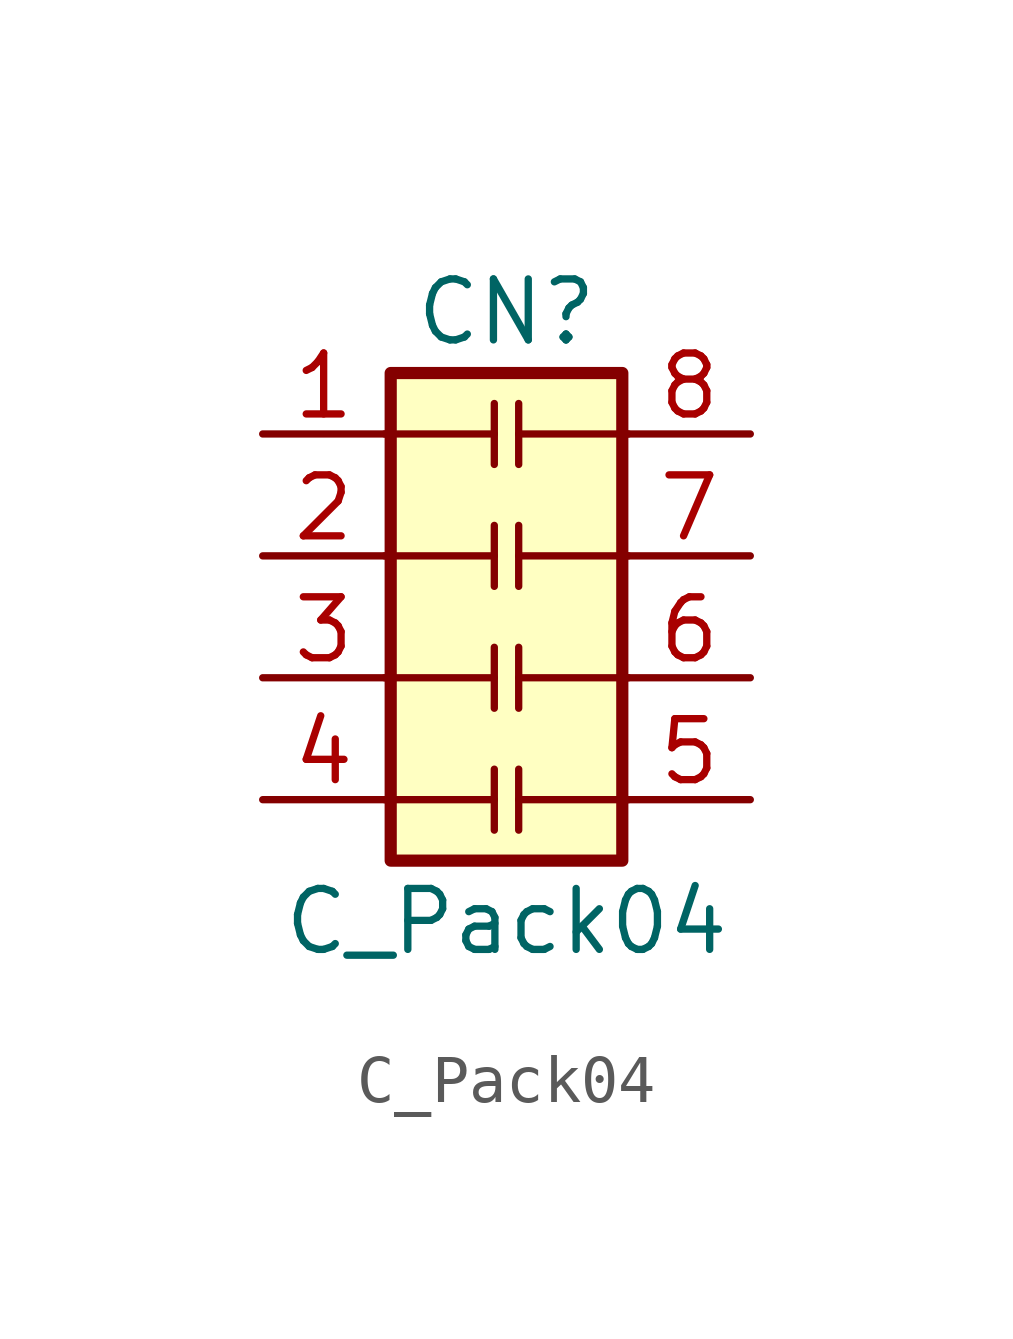
<source format=kicad_sym>
(kicad_symbol_lib
  (version 20220914)
  (generator kicad_symbol_editor)
  (symbol "C_Pack04"
    (pin_names
      (offset 0) hide)
    (property "Reference" "CN"
      (at 0 7.62 0)
      (effects (font (size 1.27 1.27))))
    (property "Value" "C_Pack04"
      (at 0 -5.08 0)
      (effects (font (size 1.27 1.27))))
    (symbol "C_Pack04_0_1"
      (polyline (pts (xy -2.54 -2.54) (xy -0.254 -2.54)) (stroke (width 0) (type default)) (fill (type none)))
      (polyline (pts (xy -2.54 0) (xy -0.254 0)) (stroke (width 0) (type default)) (fill (type none)))
      (polyline (pts (xy -2.54 2.54) (xy -0.254 2.54)) (stroke (width 0) (type default)) (fill (type none)))
      (polyline (pts (xy -2.54 5.08) (xy -0.254 5.08)) (stroke (width 0) (type default)) (fill (type none)))
      (polyline (pts (xy -0.254 -1.905) (xy -0.254 -3.175)) (stroke (width 0) (type default)) (fill (type none)))
      (polyline (pts (xy -0.254 0.635) (xy -0.254 -0.635)) (stroke (width 0) (type default)) (fill (type none)))
      (polyline (pts (xy -0.254 3.175) (xy -0.254 1.905)) (stroke (width 0) (type default)) (fill (type none)))
      (polyline (pts (xy -0.254 5.715) (xy -0.254 4.445)) (stroke (width 0) (type default)) (fill (type none)))
      (polyline (pts (xy 0.254 -2.54) (xy 2.54 -2.54)) (stroke (width 0) (type default)) (fill (type none)))
      (polyline (pts (xy 0.254 -1.905) (xy 0.254 -3.175)) (stroke (width 0) (type default)) (fill (type none)))
      (polyline (pts (xy 0.254 0) (xy 2.54 0)) (stroke (width 0) (type default)) (fill (type none)))
      (polyline (pts (xy 0.254 0.635) (xy 0.254 -0.635)) (stroke (width 0) (type default)) (fill (type none)))
      (polyline (pts (xy 0.254 2.54) (xy 2.54 2.54)) (stroke (width 0) (type default)) (fill (type none)))
      (polyline (pts (xy 0.254 3.175) (xy 0.254 1.905)) (stroke (width 0) (type default)) (fill (type none)))
      (polyline (pts (xy 0.254 5.08) (xy 2.54 5.08)) (stroke (width 0) (type default)) (fill (type none)))
      (polyline (pts (xy 0.254 5.715) (xy 0.254 4.445)) (stroke (width 0) (type default)) (fill (type none)))
      (rectangle (start 2.413 6.35) (end -2.413 -3.81) (stroke (width 0.254) (type default)) (fill (type background))))
    (symbol "C_Pack04_1_1"
      (pin passive line (at -5.08 5.08 0) (length 2.54) (name "R1.1" (effects (font (size 1.27 1.27)))) (number "1" (effects (font (size 1.27 1.27)))))
      (pin passive line (at -5.08 2.54 0) (length 2.54) (name "R2.1" (effects (font (size 1.27 1.27)))) (number "2" (effects (font (size 1.27 1.27)))))
      (pin passive line (at -5.08 0 0) (length 2.54) (name "R3.1" (effects (font (size 1.27 1.27)))) (number "3" (effects (font (size 1.27 1.27)))))
      (pin passive line (at -5.08 -2.54 0) (length 2.54) (name "R4.1" (effects (font (size 1.27 1.27)))) (number "4" (effects (font (size 1.27 1.27)))))
      (pin passive line (at 5.08 -2.54 180) (length 2.54) (name "R4.2" (effects (font (size 1.27 1.27)))) (number "5" (effects (font (size 1.27 1.27)))))
      (pin passive line (at 5.08 0 180) (length 2.54) (name "R3.2" (effects (font (size 1.27 1.27)))) (number "6" (effects (font (size 1.27 1.27)))))
      (pin passive line (at 5.08 2.54 180) (length 2.54) (name "R2.2" (effects (font (size 1.27 1.27)))) (number "7" (effects (font (size 1.27 1.27)))))
      (pin passive line (at 5.08 5.08 180) (length 2.54) (name "R1.2" (effects (font (size 1.27 1.27)))) (number "8" (effects (font (size 1.27 1.27))))))))
</source>
